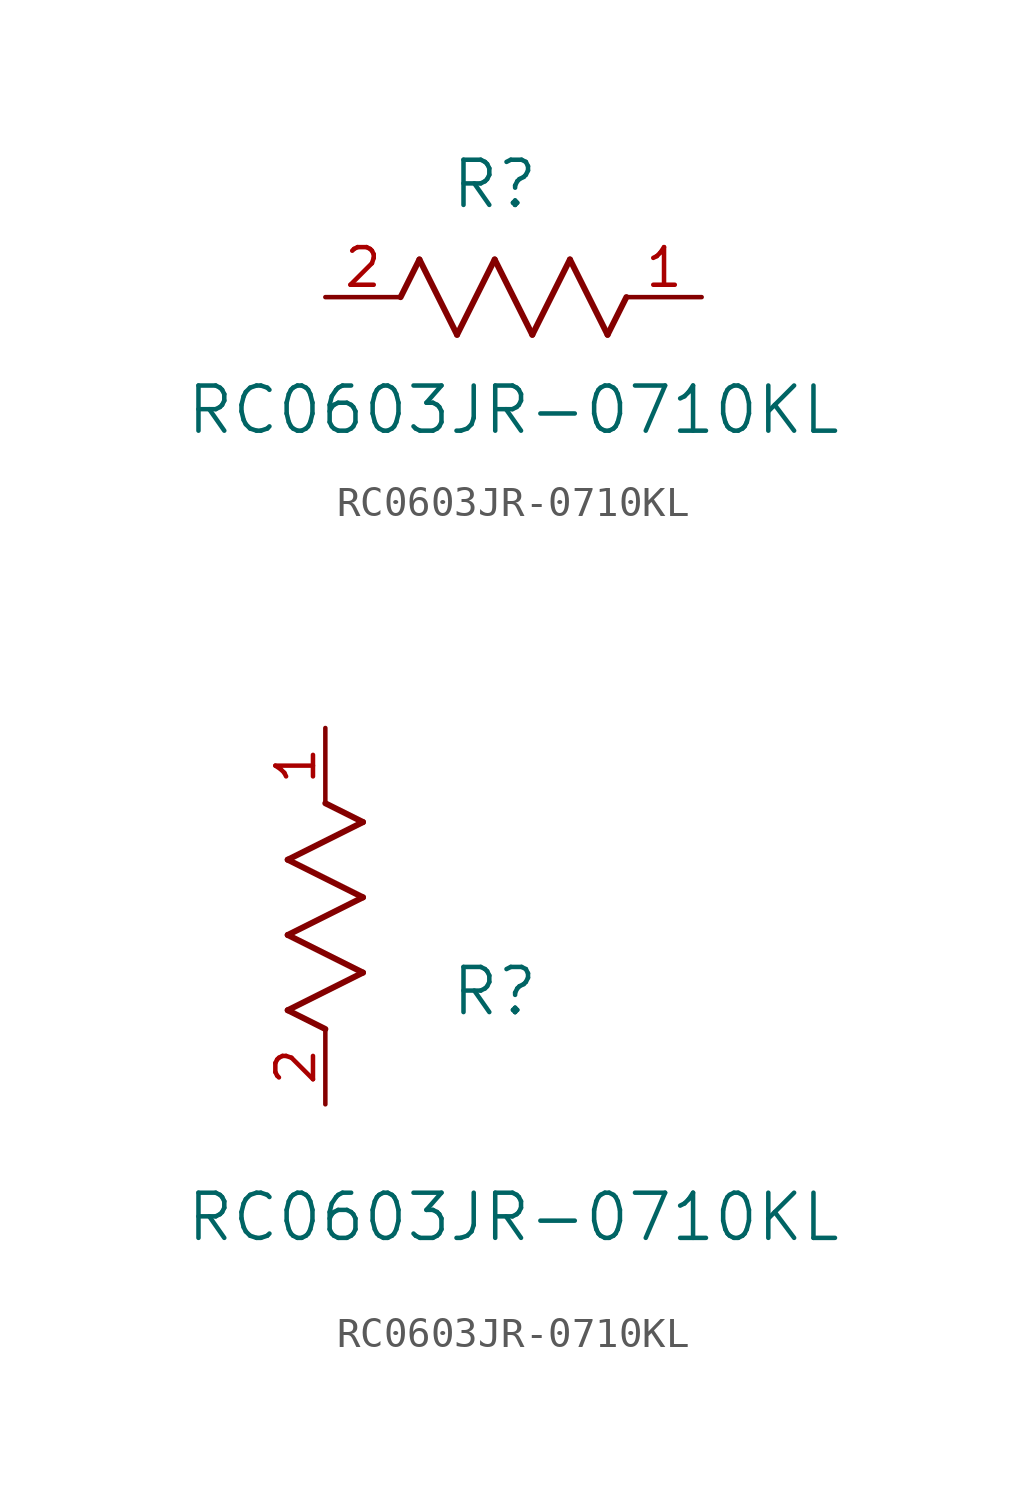
<source format=kicad_sym>
(kicad_symbol_lib
  (version 20211014)
  (generator kicad_symbol_editor)
  (symbol "RC0603JR-0710KL"
    (pin_names
      (offset 0.254))
    (property "Reference" "R"
      (at 5.715 3.81 0)
      (effects (font (size 1.524 1.524))))
    (property "Value" "RC0603JR-0710KL"
      (at 6.35 -3.81 0)
      (effects (font (size 1.524 1.524))))
    (symbol "RC0603JR-0710KL_1_1"
      (polyline (pts (xy 3.175 1.27) (xy 4.445 -1.27)) (stroke (width 0.203) (type default) (color 0 0 0 0)) (fill (type none)))
      (polyline (pts (xy 4.445 -1.27) (xy 5.715 1.27)) (stroke (width 0.203) (type default) (color 0 0 0 0)) (fill (type none)))
      (polyline (pts (xy 5.715 1.27) (xy 6.985 -1.27)) (stroke (width 0.203) (type default) (color 0 0 0 0)) (fill (type none)))
      (polyline (pts (xy 6.985 -1.27) (xy 8.255 1.27)) (stroke (width 0.203) (type default) (color 0 0 0 0)) (fill (type none)))
      (polyline (pts (xy 8.255 1.27) (xy 9.525 -1.27)) (stroke (width 0.203) (type default) (color 0 0 0 0)) (fill (type none)))
      (polyline (pts (xy 2.54 0) (xy 3.175 1.27)) (stroke (width 0.203) (type default) (color 0 0 0 0)) (fill (type none)))
      (polyline (pts (xy 9.525 -1.27) (xy 10.16 0)) (stroke (width 0.203) (type default) (color 0 0 0 0)) (fill (type none)))
      (pin unspecified line (at 12.7 0 180) (length 2.54) (name "" (effects (font (size 1.27 1.27)))) (number "1" (effects (font (size 1.27 1.27)))))
      (pin unspecified line (at 0 0 0) (length 2.54) (name "" (effects (font (size 1.27 1.27)))) (number "2" (effects (font (size 1.27 1.27))))))
    (symbol "RC0603JR-0710KL_1_2"
      (polyline (pts (xy 0 2.54) (xy -1.27 3.175)) (stroke (width 0.203) (type default) (color 0 0 0 0)) (fill (type none)))
      (polyline (pts (xy -1.27 3.175) (xy 1.27 4.445)) (stroke (width 0.203) (type default) (color 0 0 0 0)) (fill (type none)))
      (polyline (pts (xy 1.27 4.445) (xy -1.27 5.715)) (stroke (width 0.203) (type default) (color 0 0 0 0)) (fill (type none)))
      (polyline (pts (xy -1.27 5.715) (xy 1.27 6.985)) (stroke (width 0.203) (type default) (color 0 0 0 0)) (fill (type none)))
      (polyline (pts (xy -1.27 8.255) (xy 1.27 9.525)) (stroke (width 0.203) (type default) (color 0 0 0 0)) (fill (type none)))
      (polyline (pts (xy 1.27 9.525) (xy 0 10.16)) (stroke (width 0.203) (type default) (color 0 0 0 0)) (fill (type none)))
      (polyline (pts (xy 1.27 6.985) (xy -1.27 8.255)) (stroke (width 0.203) (type default) (color 0 0 0 0)) (fill (type none)))
      (pin unspecified line (at 0 12.7 270) (length 2.54) (name "" (effects (font (size 1.27 1.27)))) (number "1" (effects (font (size 1.27 1.27)))))
      (pin unspecified line (at 0 0 90) (length 2.54) (name "" (effects (font (size 1.27 1.27)))) (number "2" (effects (font (size 1.27 1.27))))))))
</source>
